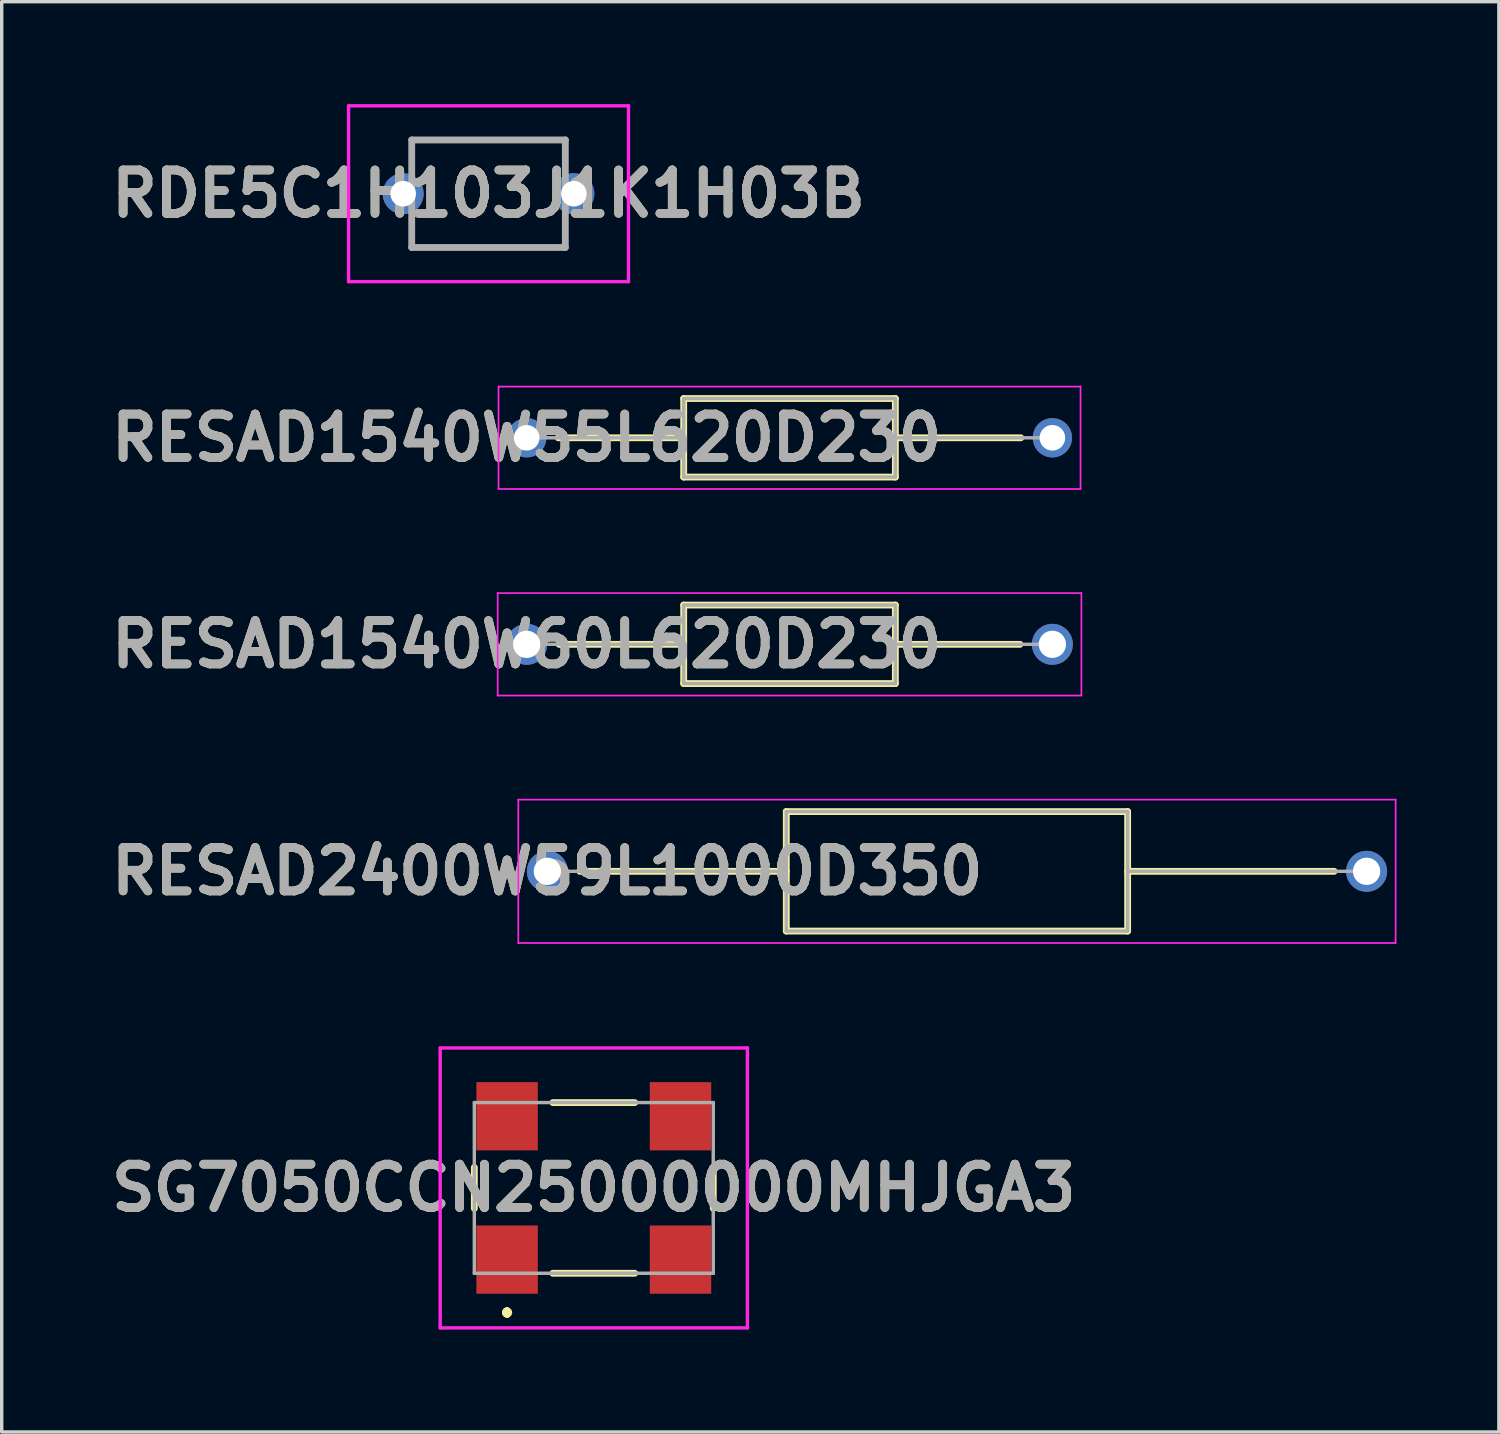
<source format=kicad_pcb>
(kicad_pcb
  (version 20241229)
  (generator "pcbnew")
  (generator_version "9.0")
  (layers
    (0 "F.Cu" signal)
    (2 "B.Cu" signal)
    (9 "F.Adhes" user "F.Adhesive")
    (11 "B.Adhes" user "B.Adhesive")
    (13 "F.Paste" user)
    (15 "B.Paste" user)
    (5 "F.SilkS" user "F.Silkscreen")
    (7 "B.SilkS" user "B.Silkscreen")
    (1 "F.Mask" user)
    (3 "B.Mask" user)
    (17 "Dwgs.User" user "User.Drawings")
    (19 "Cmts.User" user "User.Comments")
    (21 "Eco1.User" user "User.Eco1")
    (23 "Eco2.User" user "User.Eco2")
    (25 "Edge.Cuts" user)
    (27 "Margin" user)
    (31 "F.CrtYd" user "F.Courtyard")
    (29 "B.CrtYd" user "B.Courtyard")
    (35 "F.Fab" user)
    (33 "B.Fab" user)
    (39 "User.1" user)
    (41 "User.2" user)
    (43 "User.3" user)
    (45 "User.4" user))
  (footprint "RDE5C1H103J1K1H03B"
    (layer "F.Cu")
    (at 8.761 2.625)
    (property "Reference" "RDE5C1H103J1K1H03B" (at 2.5 0 0) (layer "F.SilkS") (effects (font (size 1.27 1.27) (thickness 0.254))))
    (attr through_hole)
    (fp_line (start 0.25 -1.575) (end 4.75 -1.575) (stroke (width 0.1) (type solid)) (layer "F.SilkS"))
    (fp_line (start 0.25 1.575) (end 4.75 1.575) (stroke (width 0.1) (type solid)) (layer "F.SilkS"))
    (fp_line (start -1.6 -2.575) (end 6.6 -2.575) (stroke (width 0.1) (type solid)) (layer "F.CrtYd"))
    (fp_line (start -1.6 2.575) (end -1.6 -2.575) (stroke (width 0.1) (type solid)) (layer "F.CrtYd"))
    (fp_line (start 6.6 -2.575) (end 6.6 2.575) (stroke (width 0.1) (type solid)) (layer "F.CrtYd"))
    (fp_line (start 6.6 2.575) (end -1.6 2.575) (stroke (width 0.1) (type solid)) (layer "F.CrtYd"))
    (fp_line (start 0.25 -1.575) (end 4.75 -1.575) (stroke (width 0.2) (type solid)) (layer "F.Fab"))
    (fp_line (start 0.25 1.575) (end 0.25 -1.575) (stroke (width 0.2) (type solid)) (layer "F.Fab"))
    (fp_line (start 4.75 -1.575) (end 4.75 1.575) (stroke (width 0.2) (type solid)) (layer "F.Fab"))
    (fp_line (start 4.75 1.575) (end 0.25 1.575) (stroke (width 0.2) (type solid)) (layer "F.Fab"))
    (fp_text user "${REFERENCE}" (at 2.5 0 0) (layer "F.Fab") (effects (font (size 1.27 1.27) (thickness 0.254))))
    (pad "1" thru_hole circle (at 0 0) (size 1.2 1.2) (drill 0.75) (layers "*.Cu" "*.Mask"))
    (pad "2" thru_hole circle (at 5 0) (size 1.2 1.2) (drill 0.75) (layers "*.Cu" "*.Mask")))
  (footprint "RESAD1540W55L620D230"
    (layer "F.Cu")
    (at 12.379 9.775)
    (property "Reference" "RESAD1540W55L620D230" (at 0 0 0) (layer "F.SilkS") (effects (font (size 1.27 1.27) (thickness 0.254))))
    (attr through_hole)
    (fp_line (start 0.925 0) (end 4.6 0) (stroke (width 0.2) (type solid)) (layer "F.SilkS"))
    (fp_line (start 4.6 -1.15) (end 10.8 -1.15) (stroke (width 0.2) (type solid)) (layer "F.SilkS"))
    (fp_line (start 4.6 1.15) (end 4.6 -1.15) (stroke (width 0.2) (type solid)) (layer "F.SilkS"))
    (fp_line (start 10.8 -1.15) (end 10.8 1.15) (stroke (width 0.2) (type solid)) (layer "F.SilkS"))
    (fp_line (start 10.8 0) (end 14.475 0) (stroke (width 0.2) (type solid)) (layer "F.SilkS"))
    (fp_line (start 10.8 1.15) (end 4.6 1.15) (stroke (width 0.2) (type solid)) (layer "F.SilkS"))
    (fp_line (start -0.825 -1.5) (end 16.225 -1.5) (stroke (width 0.05) (type solid)) (layer "F.CrtYd"))
    (fp_line (start -0.825 1.5) (end -0.825 -1.5) (stroke (width 0.05) (type solid)) (layer "F.CrtYd"))
    (fp_line (start 16.225 -1.5) (end 16.225 1.5) (stroke (width 0.05) (type solid)) (layer "F.CrtYd"))
    (fp_line (start 16.225 1.5) (end -0.825 1.5) (stroke (width 0.05) (type solid)) (layer "F.CrtYd"))
    (fp_line (start 0 0) (end 4.6 0) (stroke (width 0.1) (type solid)) (layer "F.Fab"))
    (fp_line (start 4.6 -1.15) (end 10.8 -1.15) (stroke (width 0.1) (type solid)) (layer "F.Fab"))
    (fp_line (start 4.6 1.15) (end 4.6 -1.15) (stroke (width 0.1) (type solid)) (layer "F.Fab"))
    (fp_line (start 10.8 -1.15) (end 10.8 1.15) (stroke (width 0.1) (type solid)) (layer "F.Fab"))
    (fp_line (start 10.8 0) (end 15.4 0) (stroke (width 0.1) (type solid)) (layer "F.Fab"))
    (fp_line (start 10.8 1.15) (end 4.6 1.15) (stroke (width 0.1) (type solid)) (layer "F.Fab"))
    (fp_text user "${REFERENCE}" (at 0 0 0) (layer "F.Fab") (effects (font (size 1.27 1.27) (thickness 0.254))))
    (pad "1" thru_hole circle (at 0 0) (size 1.15 1.15) (drill 0.75) (layers "*.Cu" "*.Mask"))
    (pad "2" thru_hole circle (at 15.4 0) (size 1.15 1.15) (drill 0.75) (layers "*.Cu" "*.Mask")))
  (footprint "RESAD2400W59L1000D350"
    (layer "F.Cu")
    (at 12.984 22.475)
    (property "Reference" "RESAD2400W59L1000D350" (at 0 0 0) (layer "F.SilkS") (effects (font (size 1.27 1.27) (thickness 0.254))))
    (attr through_hole)
    (fp_line (start 0.95 0) (end 7 0) (stroke (width 0.2) (type solid)) (layer "F.SilkS"))
    (fp_line (start 7 -1.75) (end 17 -1.75) (stroke (width 0.2) (type solid)) (layer "F.SilkS"))
    (fp_line (start 7 1.75) (end 7 -1.75) (stroke (width 0.2) (type solid)) (layer "F.SilkS"))
    (fp_line (start 17 -1.75) (end 17 1.75) (stroke (width 0.2) (type solid)) (layer "F.SilkS"))
    (fp_line (start 17 0) (end 23.05 0) (stroke (width 0.2) (type solid)) (layer "F.SilkS"))
    (fp_line (start 17 1.75) (end 7 1.75) (stroke (width 0.2) (type solid)) (layer "F.SilkS"))
    (fp_line (start -0.85 -2.1) (end 24.85 -2.1) (stroke (width 0.05) (type solid)) (layer "F.CrtYd"))
    (fp_line (start -0.85 2.1) (end -0.85 -2.1) (stroke (width 0.05) (type solid)) (layer "F.CrtYd"))
    (fp_line (start 24.85 -2.1) (end 24.85 2.1) (stroke (width 0.05) (type solid)) (layer "F.CrtYd"))
    (fp_line (start 24.85 2.1) (end -0.85 2.1) (stroke (width 0.05) (type solid)) (layer "F.CrtYd"))
    (fp_line (start 0 0) (end 7 0) (stroke (width 0.1) (type solid)) (layer "F.Fab"))
    (fp_line (start 7 -1.75) (end 17 -1.75) (stroke (width 0.1) (type solid)) (layer "F.Fab"))
    (fp_line (start 7 1.75) (end 7 -1.75) (stroke (width 0.1) (type solid)) (layer "F.Fab"))
    (fp_line (start 17 -1.75) (end 17 1.75) (stroke (width 0.1) (type solid)) (layer "F.Fab"))
    (fp_line (start 17 0) (end 24 0) (stroke (width 0.1) (type solid)) (layer "F.Fab"))
    (fp_line (start 17 1.75) (end 7 1.75) (stroke (width 0.1) (type solid)) (layer "F.Fab"))
    (fp_text user "${REFERENCE}" (at 0 0 0) (layer "F.Fab") (effects (font (size 1.27 1.27) (thickness 0.254))))
    (pad "1" thru_hole circle (at 0 0) (size 1.2 1.2) (drill 0.8) (layers "*.Cu" "*.Mask"))
    (pad "2" thru_hole circle (at 24 0) (size 1.2 1.2) (drill 0.8) (layers "*.Cu" "*.Mask")))
  (footprint "RESAD1540W60L620D230"
    (layer "F.Cu")
    (at 12.379 15.825)
    (property "Reference" "RESAD1540W60L620D230" (at 0 0 0) (layer "F.SilkS") (effects (font (size 1.27 1.27) (thickness 0.254))))
    (attr through_hole)
    (fp_line (start 0.95 0) (end 4.6 0) (stroke (width 0.2) (type solid)) (layer "F.SilkS"))
    (fp_line (start 4.6 -1.15) (end 10.8 -1.15) (stroke (width 0.2) (type solid)) (layer "F.SilkS"))
    (fp_line (start 4.6 1.15) (end 4.6 -1.15) (stroke (width 0.2) (type solid)) (layer "F.SilkS"))
    (fp_line (start 10.8 -1.15) (end 10.8 1.15) (stroke (width 0.2) (type solid)) (layer "F.SilkS"))
    (fp_line (start 10.8 0) (end 14.45 0) (stroke (width 0.2) (type solid)) (layer "F.SilkS"))
    (fp_line (start 10.8 1.15) (end 4.6 1.15) (stroke (width 0.2) (type solid)) (layer "F.SilkS"))
    (fp_line (start -0.85 -1.5) (end 16.25 -1.5) (stroke (width 0.05) (type solid)) (layer "F.CrtYd"))
    (fp_line (start -0.85 1.5) (end -0.85 -1.5) (stroke (width 0.05) (type solid)) (layer "F.CrtYd"))
    (fp_line (start 16.25 -1.5) (end 16.25 1.5) (stroke (width 0.05) (type solid)) (layer "F.CrtYd"))
    (fp_line (start 16.25 1.5) (end -0.85 1.5) (stroke (width 0.05) (type solid)) (layer "F.CrtYd"))
    (fp_line (start 0 0) (end 4.6 0) (stroke (width 0.1) (type solid)) (layer "F.Fab"))
    (fp_line (start 4.6 -1.15) (end 10.8 -1.15) (stroke (width 0.1) (type solid)) (layer "F.Fab"))
    (fp_line (start 4.6 1.15) (end 4.6 -1.15) (stroke (width 0.1) (type solid)) (layer "F.Fab"))
    (fp_line (start 10.8 -1.15) (end 10.8 1.15) (stroke (width 0.1) (type solid)) (layer "F.Fab"))
    (fp_line (start 10.8 0) (end 15.4 0) (stroke (width 0.1) (type solid)) (layer "F.Fab"))
    (fp_line (start 10.8 1.15) (end 4.6 1.15) (stroke (width 0.1) (type solid)) (layer "F.Fab"))
    (fp_text user "${REFERENCE}" (at 0 0 0) (layer "F.Fab") (effects (font (size 1.27 1.27) (thickness 0.254))))
    (pad "1" thru_hole circle (at 0 0) (size 1.2 1.2) (drill 0.8) (layers "*.Cu" "*.Mask"))
    (pad "2" thru_hole circle (at 15.4 0) (size 1.2 1.2) (drill 0.8) (layers "*.Cu" "*.Mask")))
  (footprint "SG7050CCN25000000MHJGA3"
    (layer "F.Cu")
    (at 14.345 31.75)
    (property "Reference" "SG7050CCN25000000MHJGA3" (at 0 0 0) (layer "F.SilkS") (effects (font (size 1.27 1.27) (thickness 0.254))))
    (attr smd)
    (fp_line (start -3.5 -0.6) (end -3.5 0.6) (stroke (width 0.2) (type solid)) (layer "F.SilkS"))
    (fp_line (start -2.54 3.6) (end -2.54 3.6) (stroke (width 0.2) (type solid)) (layer "F.SilkS"))
    (fp_line (start -2.54 3.6) (end -2.54 3.6) (stroke (width 0.2) (type solid)) (layer "F.SilkS"))
    (fp_line (start -2.54 3.7) (end -2.54 3.7) (stroke (width 0.2) (type solid)) (layer "F.SilkS"))
    (fp_line (start -1.2 2.5) (end 1.2 2.5) (stroke (width 0.2) (type solid)) (layer "F.SilkS"))
    (fp_line (start 1.2 -2.5) (end -1.2 -2.5) (stroke (width 0.2) (type solid)) (layer "F.SilkS"))
    (fp_line (start 3.5 0.6) (end 3.5 -0.6) (stroke (width 0.2) (type solid)) (layer "F.SilkS"))
    (fp_arc (start -2.54 3.6) (mid -2.49 3.65) (end -2.54 3.7) (stroke (width 0.2) (type solid)) (layer "F.SilkS"))
    (fp_arc (start -2.54 3.7) (mid -2.59 3.65) (end -2.54 3.6) (stroke (width 0.2) (type solid)) (layer "F.SilkS"))
    (fp_arc (start -2.54 3.7) (mid -2.59 3.65) (end -2.54 3.6) (stroke (width 0.2) (type solid)) (layer "F.SilkS"))
    (fp_line (start -4.5 -4.1) (end 4.5 -4.1) (stroke (width 0.1) (type solid)) (layer "F.CrtYd"))
    (fp_line (start -4.5 4.1) (end -4.5 -4.1) (stroke (width 0.1) (type solid)) (layer "F.CrtYd"))
    (fp_line (start 4.5 -4.1) (end 4.5 4.1) (stroke (width 0.1) (type solid)) (layer "F.CrtYd"))
    (fp_line (start 4.5 4.1) (end -4.5 4.1) (stroke (width 0.1) (type solid)) (layer "F.CrtYd"))
    (fp_line (start -3.5 -2.5) (end -3.5 2.5) (stroke (width 0.1) (type solid)) (layer "F.Fab"))
    (fp_line (start -3.5 2.5) (end 3.5 2.5) (stroke (width 0.1) (type solid)) (layer "F.Fab"))
    (fp_line (start 3.5 -2.5) (end -3.5 -2.5) (stroke (width 0.1) (type solid)) (layer "F.Fab"))
    (fp_line (start 3.5 2.5) (end 3.5 -2.5) (stroke (width 0.1) (type solid)) (layer "F.Fab"))
    (fp_text user "${REFERENCE}" (at 0 0 0) (layer "F.Fab") (effects (font (size 1.27 1.27) (thickness 0.254))))
    (pad "1" smd rect (at -2.54 2.1) (size 1.8 2) (layers "F.Cu" "F.Mask" "F.Paste"))
    (pad "2" smd rect (at 2.54 2.1) (size 1.8 2) (layers "F.Cu" "F.Mask" "F.Paste"))
    (pad "3" smd rect (at 2.54 -2.1) (size 1.8 2) (layers "F.Cu" "F.Mask" "F.Paste"))
    (pad "4" smd rect (at -2.54 -2.1) (size 1.8 2) (layers "F.Cu" "F.Mask" "F.Paste")))
  (gr_rect
    (start -3 -3)
    (end 40.859 38.9)
    (stroke (width 0.1) (type default))
    (fill no)
    (layer "Edge.Cuts")))
</source>
